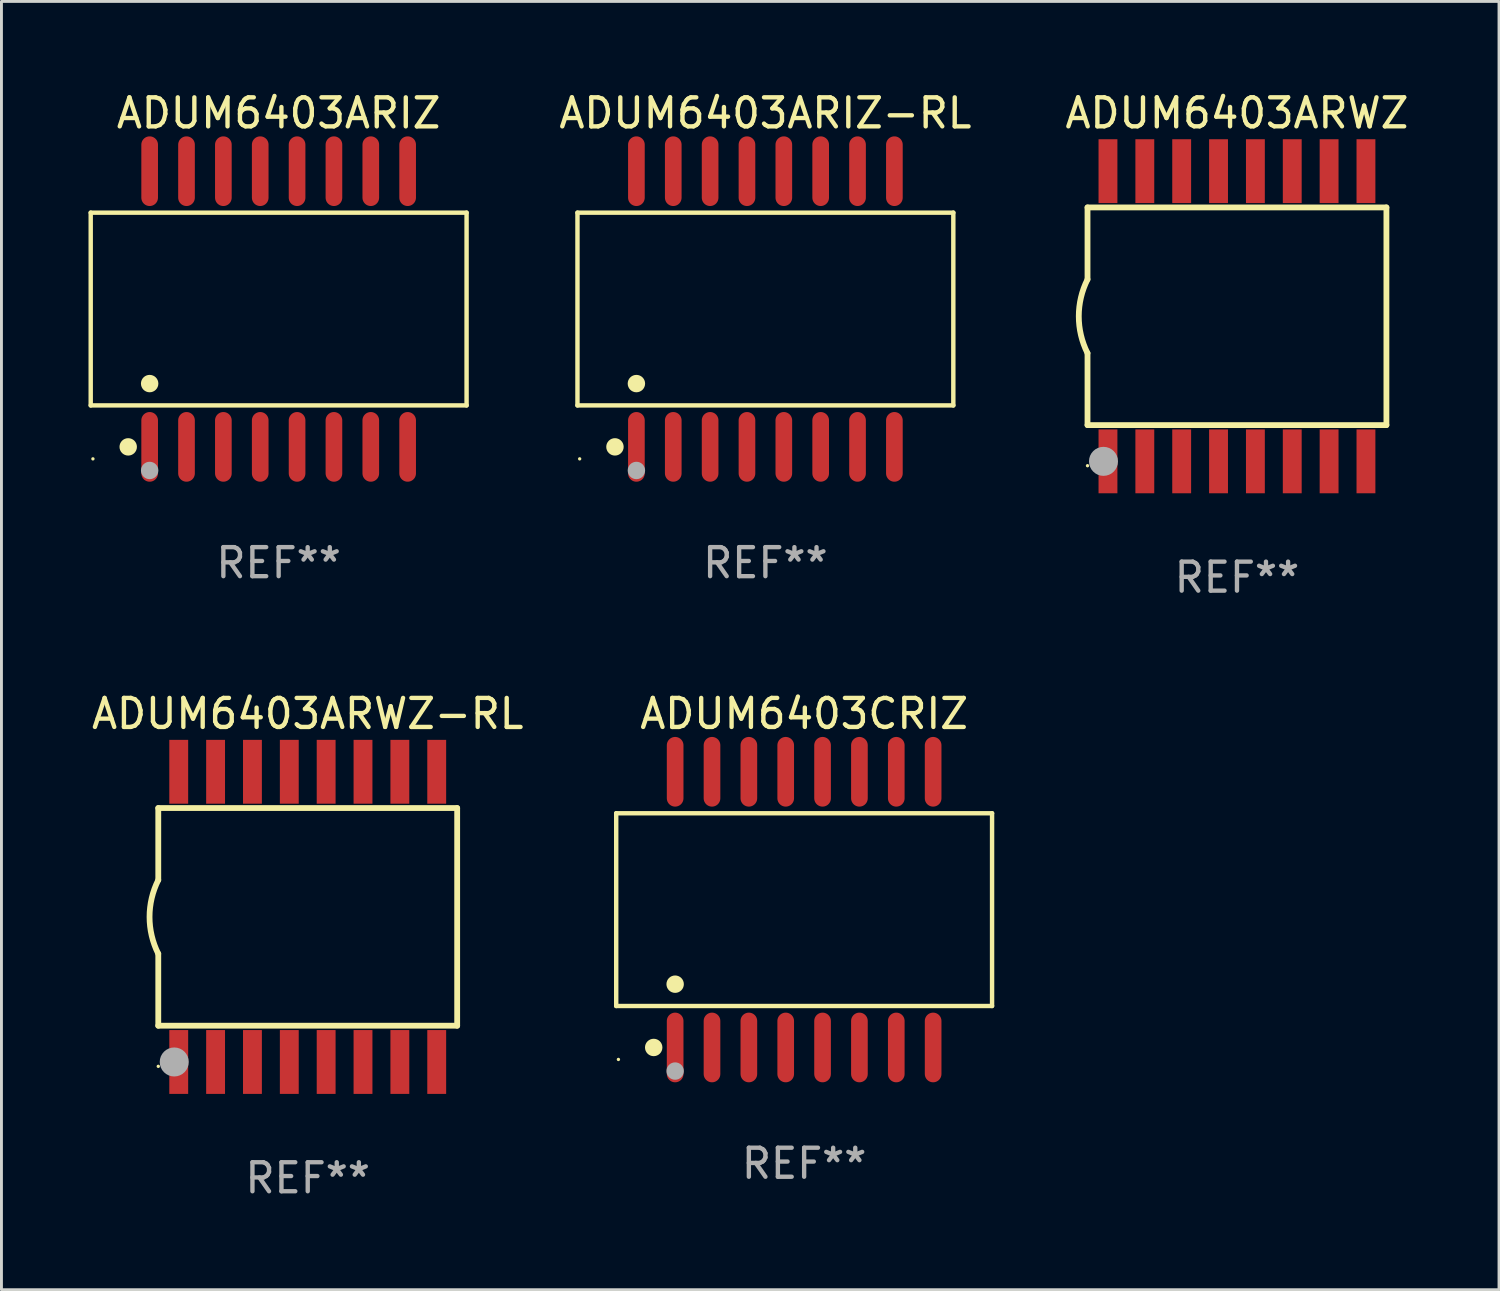
<source format=kicad_pcb>
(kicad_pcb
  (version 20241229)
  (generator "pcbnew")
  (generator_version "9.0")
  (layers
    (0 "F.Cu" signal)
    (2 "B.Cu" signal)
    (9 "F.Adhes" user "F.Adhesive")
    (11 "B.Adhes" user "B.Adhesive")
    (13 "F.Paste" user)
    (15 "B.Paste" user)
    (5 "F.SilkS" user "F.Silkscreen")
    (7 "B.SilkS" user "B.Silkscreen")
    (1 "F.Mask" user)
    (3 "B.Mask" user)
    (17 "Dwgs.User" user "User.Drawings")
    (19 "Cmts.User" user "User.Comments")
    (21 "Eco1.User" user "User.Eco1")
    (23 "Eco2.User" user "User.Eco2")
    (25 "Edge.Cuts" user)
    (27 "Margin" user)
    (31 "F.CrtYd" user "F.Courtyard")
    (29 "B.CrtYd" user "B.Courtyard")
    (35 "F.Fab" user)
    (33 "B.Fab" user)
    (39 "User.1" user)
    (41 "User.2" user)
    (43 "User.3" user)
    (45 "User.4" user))
  (footprint "ADUM6403CRIZ"
    (layer "F.Cu")
    (at 24.66 28.295)
    (property "Reference" "ADUM6403CRIZ" (at 0 -6.75 0) (layer "F.SilkS") (effects (font (size 1 1) (thickness 0.15))))
    (attr through_hole)
    (fp_line (start -6.476 -3.321) (end 6.476 -3.321) (stroke (width 0.152) (type solid)) (layer "F.SilkS"))
    (fp_line (start -6.476 3.321) (end -6.476 -3.321) (stroke (width 0.152) (type solid)) (layer "F.SilkS"))
    (fp_line (start 6.476 -3.321) (end 6.476 3.321) (stroke (width 0.152) (type solid)) (layer "F.SilkS"))
    (fp_line (start 6.476 3.321) (end -6.476 3.321) (stroke (width 0.152) (type solid)) (layer "F.SilkS"))
    (fp_circle (center -6.4 5.163) (end -6.37 5.163) (stroke (width 0.06) (type solid)) (fill no) (layer "F.SilkS"))
    (fp_circle (center -5.184 4.75) (end -5.034 4.75) (stroke (width 0.3) (type solid)) (fill no) (layer "F.SilkS"))
    (fp_circle (center -4.445 2.569) (end -4.295 2.569) (stroke (width 0.3) (type solid)) (fill no) (layer "F.SilkS"))
    (fp_circle (center -4.445 5.563) (end -4.295 5.563) (stroke (width 0.3) (type solid)) (fill no) (layer "F.Fab"))
    (fp_text user "REF**" (at 0 8.75 0) (layer "F.Fab") (effects (font (size 1 1) (thickness 0.15))))
    (pad "1" smd oval (at -4.445 4.75) (size 0.574 2.401) (layers "F.Cu" "F.Mask" "F.Paste"))
    (pad "2" smd oval (at -3.175 4.75) (size 0.574 2.401) (layers "F.Cu" "F.Mask" "F.Paste"))
    (pad "3" smd oval (at -1.905 4.75) (size 0.574 2.401) (layers "F.Cu" "F.Mask" "F.Paste"))
    (pad "4" smd oval (at -0.635 4.75) (size 0.574 2.401) (layers "F.Cu" "F.Mask" "F.Paste"))
    (pad "5" smd oval (at 0.635 4.75) (size 0.574 2.401) (layers "F.Cu" "F.Mask" "F.Paste"))
    (pad "6" smd oval (at 1.905 4.75) (size 0.574 2.401) (layers "F.Cu" "F.Mask" "F.Paste"))
    (pad "7" smd oval (at 3.175 4.75) (size 0.574 2.401) (layers "F.Cu" "F.Mask" "F.Paste"))
    (pad "8" smd oval (at 4.445 4.75) (size 0.574 2.401) (layers "F.Cu" "F.Mask" "F.Paste"))
    (pad "9" smd oval (at 4.445 -4.75) (size 0.574 2.401) (layers "F.Cu" "F.Mask" "F.Paste"))
    (pad "10" smd oval (at 3.175 -4.75) (size 0.574 2.401) (layers "F.Cu" "F.Mask" "F.Paste"))
    (pad "11" smd oval (at 1.905 -4.75) (size 0.574 2.401) (layers "F.Cu" "F.Mask" "F.Paste"))
    (pad "12" smd oval (at 0.635 -4.75) (size 0.574 2.401) (layers "F.Cu" "F.Mask" "F.Paste"))
    (pad "13" smd oval (at -0.635 -4.75) (size 0.574 2.401) (layers "F.Cu" "F.Mask" "F.Paste"))
    (pad "14" smd oval (at -1.905 -4.75) (size 0.574 2.401) (layers "F.Cu" "F.Mask" "F.Paste"))
    (pad "15" smd oval (at -3.175 -4.75) (size 0.574 2.401) (layers "F.Cu" "F.Mask" "F.Paste"))
    (pad "16" smd oval (at -4.445 -4.75) (size 0.574 2.401) (layers "F.Cu" "F.Mask" "F.Paste")))
  (footprint "ADUM6403ARWZ"
    (layer "F.Cu")
    (at 39.575 7.848)
    (property "Reference" "ADUM6403ARWZ" (at 0 -7 0) (layer "F.SilkS") (effects (font (size 1 1) (thickness 0.15))))
    (attr through_hole)
    (fp_line (start -5.15 -3.75) (end -5.15 -1.27) (stroke (width 0.2) (type solid)) (layer "F.SilkS"))
    (fp_line (start -5.15 -3.75) (end 5.15 -3.75) (stroke (width 0.2) (type solid)) (layer "F.SilkS"))
    (fp_line (start -5.15 3.75) (end -5.15 1.27) (stroke (width 0.2) (type solid)) (layer "F.SilkS"))
    (fp_line (start 5.15 -3.75) (end 5.15 3.75) (stroke (width 0.2) (type solid)) (layer "F.SilkS"))
    (fp_line (start 5.15 3.75) (end -5.15 3.75) (stroke (width 0.2) (type solid)) (layer "F.SilkS"))
    (fp_arc (start -5.151131 1.270003) (mid -5.450556 -0.000132) (end -5.150013 -1.270003) (stroke (width 0.2) (type solid)) (layer "F.SilkS"))
    (fp_circle (center -5.15 5.15) (end -5.12 5.15) (stroke (width 0.06) (type solid)) (fill no) (layer "F.SilkS"))
    (fp_circle (center -4.6 5) (end -4.35 5) (stroke (width 0.5) (type solid)) (fill no) (layer "F.Fab"))
    (fp_text user "REF**" (at 0 9 0) (layer "F.Fab") (effects (font (size 1 1) (thickness 0.15))))
    (pad "1" smd rect (at -4.445 5) (size 0.65 2.2) (layers "F.Cu" "F.Mask" "F.Paste"))
    (pad "2" smd rect (at -3.175 5) (size 0.65 2.2) (layers "F.Cu" "F.Mask" "F.Paste"))
    (pad "3" smd rect (at -1.905 5) (size 0.65 2.2) (layers "F.Cu" "F.Mask" "F.Paste"))
    (pad "4" smd rect (at -0.635 5) (size 0.65 2.2) (layers "F.Cu" "F.Mask" "F.Paste"))
    (pad "5" smd rect (at 0.635 5) (size 0.65 2.2) (layers "F.Cu" "F.Mask" "F.Paste"))
    (pad "6" smd rect (at 1.905 5) (size 0.65 2.2) (layers "F.Cu" "F.Mask" "F.Paste"))
    (pad "7" smd rect (at 3.175 5) (size 0.65 2.2) (layers "F.Cu" "F.Mask" "F.Paste"))
    (pad "8" smd rect (at 4.445 5) (size 0.65 2.2) (layers "F.Cu" "F.Mask" "F.Paste"))
    (pad "9" smd rect (at 4.445 -5) (size 0.65 2.2) (layers "F.Cu" "F.Mask" "F.Paste"))
    (pad "10" smd rect (at 3.175 -5) (size 0.65 2.2) (layers "F.Cu" "F.Mask" "F.Paste"))
    (pad "11" smd rect (at 1.905 -5) (size 0.65 2.2) (layers "F.Cu" "F.Mask" "F.Paste"))
    (pad "12" smd rect (at 0.635 -5) (size 0.65 2.2) (layers "F.Cu" "F.Mask" "F.Paste"))
    (pad "13" smd rect (at -0.635 -5) (size 0.65 2.2) (layers "F.Cu" "F.Mask" "F.Paste"))
    (pad "14" smd rect (at -1.905 -5) (size 0.65 2.2) (layers "F.Cu" "F.Mask" "F.Paste"))
    (pad "15" smd rect (at -3.175 -5) (size 0.65 2.2) (layers "F.Cu" "F.Mask" "F.Paste"))
    (pad "16" smd rect (at -4.445 -5) (size 0.65 2.2) (layers "F.Cu" "F.Mask" "F.Paste")))
  (footprint "ADUM6403ARIZ-RL"
    (layer "F.Cu")
    (at 23.325 7.599)
    (property "Reference" "ADUM6403ARIZ-RL" (at 0 -6.75 0) (layer "F.SilkS") (effects (font (size 1 1) (thickness 0.15))))
    (attr through_hole)
    (fp_line (start -6.476 -3.321) (end 6.476 -3.321) (stroke (width 0.152) (type solid)) (layer "F.SilkS"))
    (fp_line (start -6.476 3.321) (end -6.476 -3.321) (stroke (width 0.152) (type solid)) (layer "F.SilkS"))
    (fp_line (start 6.476 -3.321) (end 6.476 3.321) (stroke (width 0.152) (type solid)) (layer "F.SilkS"))
    (fp_line (start 6.476 3.321) (end -6.476 3.321) (stroke (width 0.152) (type solid)) (layer "F.SilkS"))
    (fp_circle (center -6.4 5.163) (end -6.37 5.163) (stroke (width 0.06) (type solid)) (fill no) (layer "F.SilkS"))
    (fp_circle (center -5.184 4.75) (end -5.034 4.75) (stroke (width 0.3) (type solid)) (fill no) (layer "F.SilkS"))
    (fp_circle (center -4.445 2.569) (end -4.295 2.569) (stroke (width 0.3) (type solid)) (fill no) (layer "F.SilkS"))
    (fp_circle (center -4.445 5.563) (end -4.295 5.563) (stroke (width 0.3) (type solid)) (fill no) (layer "F.Fab"))
    (fp_text user "REF**" (at 0 8.75 0) (layer "F.Fab") (effects (font (size 1 1) (thickness 0.15))))
    (pad "1" smd oval (at -4.445 4.75) (size 0.574 2.401) (layers "F.Cu" "F.Mask" "F.Paste"))
    (pad "2" smd oval (at -3.175 4.75) (size 0.574 2.401) (layers "F.Cu" "F.Mask" "F.Paste"))
    (pad "3" smd oval (at -1.905 4.75) (size 0.574 2.401) (layers "F.Cu" "F.Mask" "F.Paste"))
    (pad "4" smd oval (at -0.635 4.75) (size 0.574 2.401) (layers "F.Cu" "F.Mask" "F.Paste"))
    (pad "5" smd oval (at 0.635 4.75) (size 0.574 2.401) (layers "F.Cu" "F.Mask" "F.Paste"))
    (pad "6" smd oval (at 1.905 4.75) (size 0.574 2.401) (layers "F.Cu" "F.Mask" "F.Paste"))
    (pad "7" smd oval (at 3.175 4.75) (size 0.574 2.401) (layers "F.Cu" "F.Mask" "F.Paste"))
    (pad "8" smd oval (at 4.445 4.75) (size 0.574 2.401) (layers "F.Cu" "F.Mask" "F.Paste"))
    (pad "9" smd oval (at 4.445 -4.75) (size 0.574 2.401) (layers "F.Cu" "F.Mask" "F.Paste"))
    (pad "10" smd oval (at 3.175 -4.75) (size 0.574 2.401) (layers "F.Cu" "F.Mask" "F.Paste"))
    (pad "11" smd oval (at 1.905 -4.75) (size 0.574 2.401) (layers "F.Cu" "F.Mask" "F.Paste"))
    (pad "12" smd oval (at 0.635 -4.75) (size 0.574 2.401) (layers "F.Cu" "F.Mask" "F.Paste"))
    (pad "13" smd oval (at -0.635 -4.75) (size 0.574 2.401) (layers "F.Cu" "F.Mask" "F.Paste"))
    (pad "14" smd oval (at -1.905 -4.75) (size 0.574 2.401) (layers "F.Cu" "F.Mask" "F.Paste"))
    (pad "15" smd oval (at -3.175 -4.75) (size 0.574 2.401) (layers "F.Cu" "F.Mask" "F.Paste"))
    (pad "16" smd oval (at -4.445 -4.75) (size 0.574 2.401) (layers "F.Cu" "F.Mask" "F.Paste")))
  (footprint "ADUM6403ARIZ"
    (layer "F.Cu")
    (at 6.552 7.599)
    (property "Reference" "ADUM6403ARIZ" (at 0 -6.75 0) (layer "F.SilkS") (effects (font (size 1 1) (thickness 0.15))))
    (attr through_hole)
    (fp_line (start -6.476 -3.321) (end 6.476 -3.321) (stroke (width 0.152) (type solid)) (layer "F.SilkS"))
    (fp_line (start -6.476 3.321) (end -6.476 -3.321) (stroke (width 0.152) (type solid)) (layer "F.SilkS"))
    (fp_line (start 6.476 -3.321) (end 6.476 3.321) (stroke (width 0.152) (type solid)) (layer "F.SilkS"))
    (fp_line (start 6.476 3.321) (end -6.476 3.321) (stroke (width 0.152) (type solid)) (layer "F.SilkS"))
    (fp_circle (center -6.4 5.163) (end -6.37 5.163) (stroke (width 0.06) (type solid)) (fill no) (layer "F.SilkS"))
    (fp_circle (center -5.184 4.75) (end -5.034 4.75) (stroke (width 0.3) (type solid)) (fill no) (layer "F.SilkS"))
    (fp_circle (center -4.445 2.569) (end -4.295 2.569) (stroke (width 0.3) (type solid)) (fill no) (layer "F.SilkS"))
    (fp_circle (center -4.445 5.563) (end -4.295 5.563) (stroke (width 0.3) (type solid)) (fill no) (layer "F.Fab"))
    (fp_text user "REF**" (at 0 8.75 0) (layer "F.Fab") (effects (font (size 1 1) (thickness 0.15))))
    (pad "1" smd oval (at -4.445 4.75) (size 0.574 2.401) (layers "F.Cu" "F.Mask" "F.Paste"))
    (pad "2" smd oval (at -3.175 4.75) (size 0.574 2.401) (layers "F.Cu" "F.Mask" "F.Paste"))
    (pad "3" smd oval (at -1.905 4.75) (size 0.574 2.401) (layers "F.Cu" "F.Mask" "F.Paste"))
    (pad "4" smd oval (at -0.635 4.75) (size 0.574 2.401) (layers "F.Cu" "F.Mask" "F.Paste"))
    (pad "5" smd oval (at 0.635 4.75) (size 0.574 2.401) (layers "F.Cu" "F.Mask" "F.Paste"))
    (pad "6" smd oval (at 1.905 4.75) (size 0.574 2.401) (layers "F.Cu" "F.Mask" "F.Paste"))
    (pad "7" smd oval (at 3.175 4.75) (size 0.574 2.401) (layers "F.Cu" "F.Mask" "F.Paste"))
    (pad "8" smd oval (at 4.445 4.75) (size 0.574 2.401) (layers "F.Cu" "F.Mask" "F.Paste"))
    (pad "9" smd oval (at 4.445 -4.75) (size 0.574 2.401) (layers "F.Cu" "F.Mask" "F.Paste"))
    (pad "10" smd oval (at 3.175 -4.75) (size 0.574 2.401) (layers "F.Cu" "F.Mask" "F.Paste"))
    (pad "11" smd oval (at 1.905 -4.75) (size 0.574 2.401) (layers "F.Cu" "F.Mask" "F.Paste"))
    (pad "12" smd oval (at 0.635 -4.75) (size 0.574 2.401) (layers "F.Cu" "F.Mask" "F.Paste"))
    (pad "13" smd oval (at -0.635 -4.75) (size 0.574 2.401) (layers "F.Cu" "F.Mask" "F.Paste"))
    (pad "14" smd oval (at -1.905 -4.75) (size 0.574 2.401) (layers "F.Cu" "F.Mask" "F.Paste"))
    (pad "15" smd oval (at -3.175 -4.75) (size 0.574 2.401) (layers "F.Cu" "F.Mask" "F.Paste"))
    (pad "16" smd oval (at -4.445 -4.75) (size 0.574 2.401) (layers "F.Cu" "F.Mask" "F.Paste")))
  (footprint "ADUM6403ARWZ-RL"
    (layer "F.Cu")
    (at 7.554 28.545)
    (property "Reference" "ADUM6403ARWZ-RL" (at 0 -7 0) (layer "F.SilkS") (effects (font (size 1 1) (thickness 0.15))))
    (attr through_hole)
    (fp_line (start -5.15 -3.75) (end -5.15 -1.27) (stroke (width 0.2) (type solid)) (layer "F.SilkS"))
    (fp_line (start -5.15 -3.75) (end 5.15 -3.75) (stroke (width 0.2) (type solid)) (layer "F.SilkS"))
    (fp_line (start -5.15 3.75) (end -5.15 1.27) (stroke (width 0.2) (type solid)) (layer "F.SilkS"))
    (fp_line (start 5.15 -3.75) (end 5.15 3.75) (stroke (width 0.2) (type solid)) (layer "F.SilkS"))
    (fp_line (start 5.15 3.75) (end -5.15 3.75) (stroke (width 0.2) (type solid)) (layer "F.SilkS"))
    (fp_arc (start -5.151131 1.270003) (mid -5.450556 -0.000132) (end -5.150013 -1.270003) (stroke (width 0.2) (type solid)) (layer "F.SilkS"))
    (fp_circle (center -5.15 5.15) (end -5.12 5.15) (stroke (width 0.06) (type solid)) (fill no) (layer "F.SilkS"))
    (fp_circle (center -4.6 5) (end -4.35 5) (stroke (width 0.5) (type solid)) (fill no) (layer "F.Fab"))
    (fp_text user "REF**" (at 0 9 0) (layer "F.Fab") (effects (font (size 1 1) (thickness 0.15))))
    (pad "1" smd rect (at -4.445 5) (size 0.65 2.2) (layers "F.Cu" "F.Mask" "F.Paste"))
    (pad "2" smd rect (at -3.175 5) (size 0.65 2.2) (layers "F.Cu" "F.Mask" "F.Paste"))
    (pad "3" smd rect (at -1.905 5) (size 0.65 2.2) (layers "F.Cu" "F.Mask" "F.Paste"))
    (pad "4" smd rect (at -0.635 5) (size 0.65 2.2) (layers "F.Cu" "F.Mask" "F.Paste"))
    (pad "5" smd rect (at 0.635 5) (size 0.65 2.2) (layers "F.Cu" "F.Mask" "F.Paste"))
    (pad "6" smd rect (at 1.905 5) (size 0.65 2.2) (layers "F.Cu" "F.Mask" "F.Paste"))
    (pad "7" smd rect (at 3.175 5) (size 0.65 2.2) (layers "F.Cu" "F.Mask" "F.Paste"))
    (pad "8" smd rect (at 4.445 5) (size 0.65 2.2) (layers "F.Cu" "F.Mask" "F.Paste"))
    (pad "9" smd rect (at 4.445 -5) (size 0.65 2.2) (layers "F.Cu" "F.Mask" "F.Paste"))
    (pad "10" smd rect (at 3.175 -5) (size 0.65 2.2) (layers "F.Cu" "F.Mask" "F.Paste"))
    (pad "11" smd rect (at 1.905 -5) (size 0.65 2.2) (layers "F.Cu" "F.Mask" "F.Paste"))
    (pad "12" smd rect (at 0.635 -5) (size 0.65 2.2) (layers "F.Cu" "F.Mask" "F.Paste"))
    (pad "13" smd rect (at -0.635 -5) (size 0.65 2.2) (layers "F.Cu" "F.Mask" "F.Paste"))
    (pad "14" smd rect (at -1.905 -5) (size 0.65 2.2) (layers "F.Cu" "F.Mask" "F.Paste"))
    (pad "15" smd rect (at -3.175 -5) (size 0.65 2.2) (layers "F.Cu" "F.Mask" "F.Paste"))
    (pad "16" smd rect (at -4.445 -5) (size 0.65 2.2) (layers "F.Cu" "F.Mask" "F.Paste")))
  (gr_rect
    (start -3 -3)
    (end 48.605 41.393)
    (stroke (width 0.1) (type default))
    (fill no)
    (layer "Edge.Cuts")))
</source>
